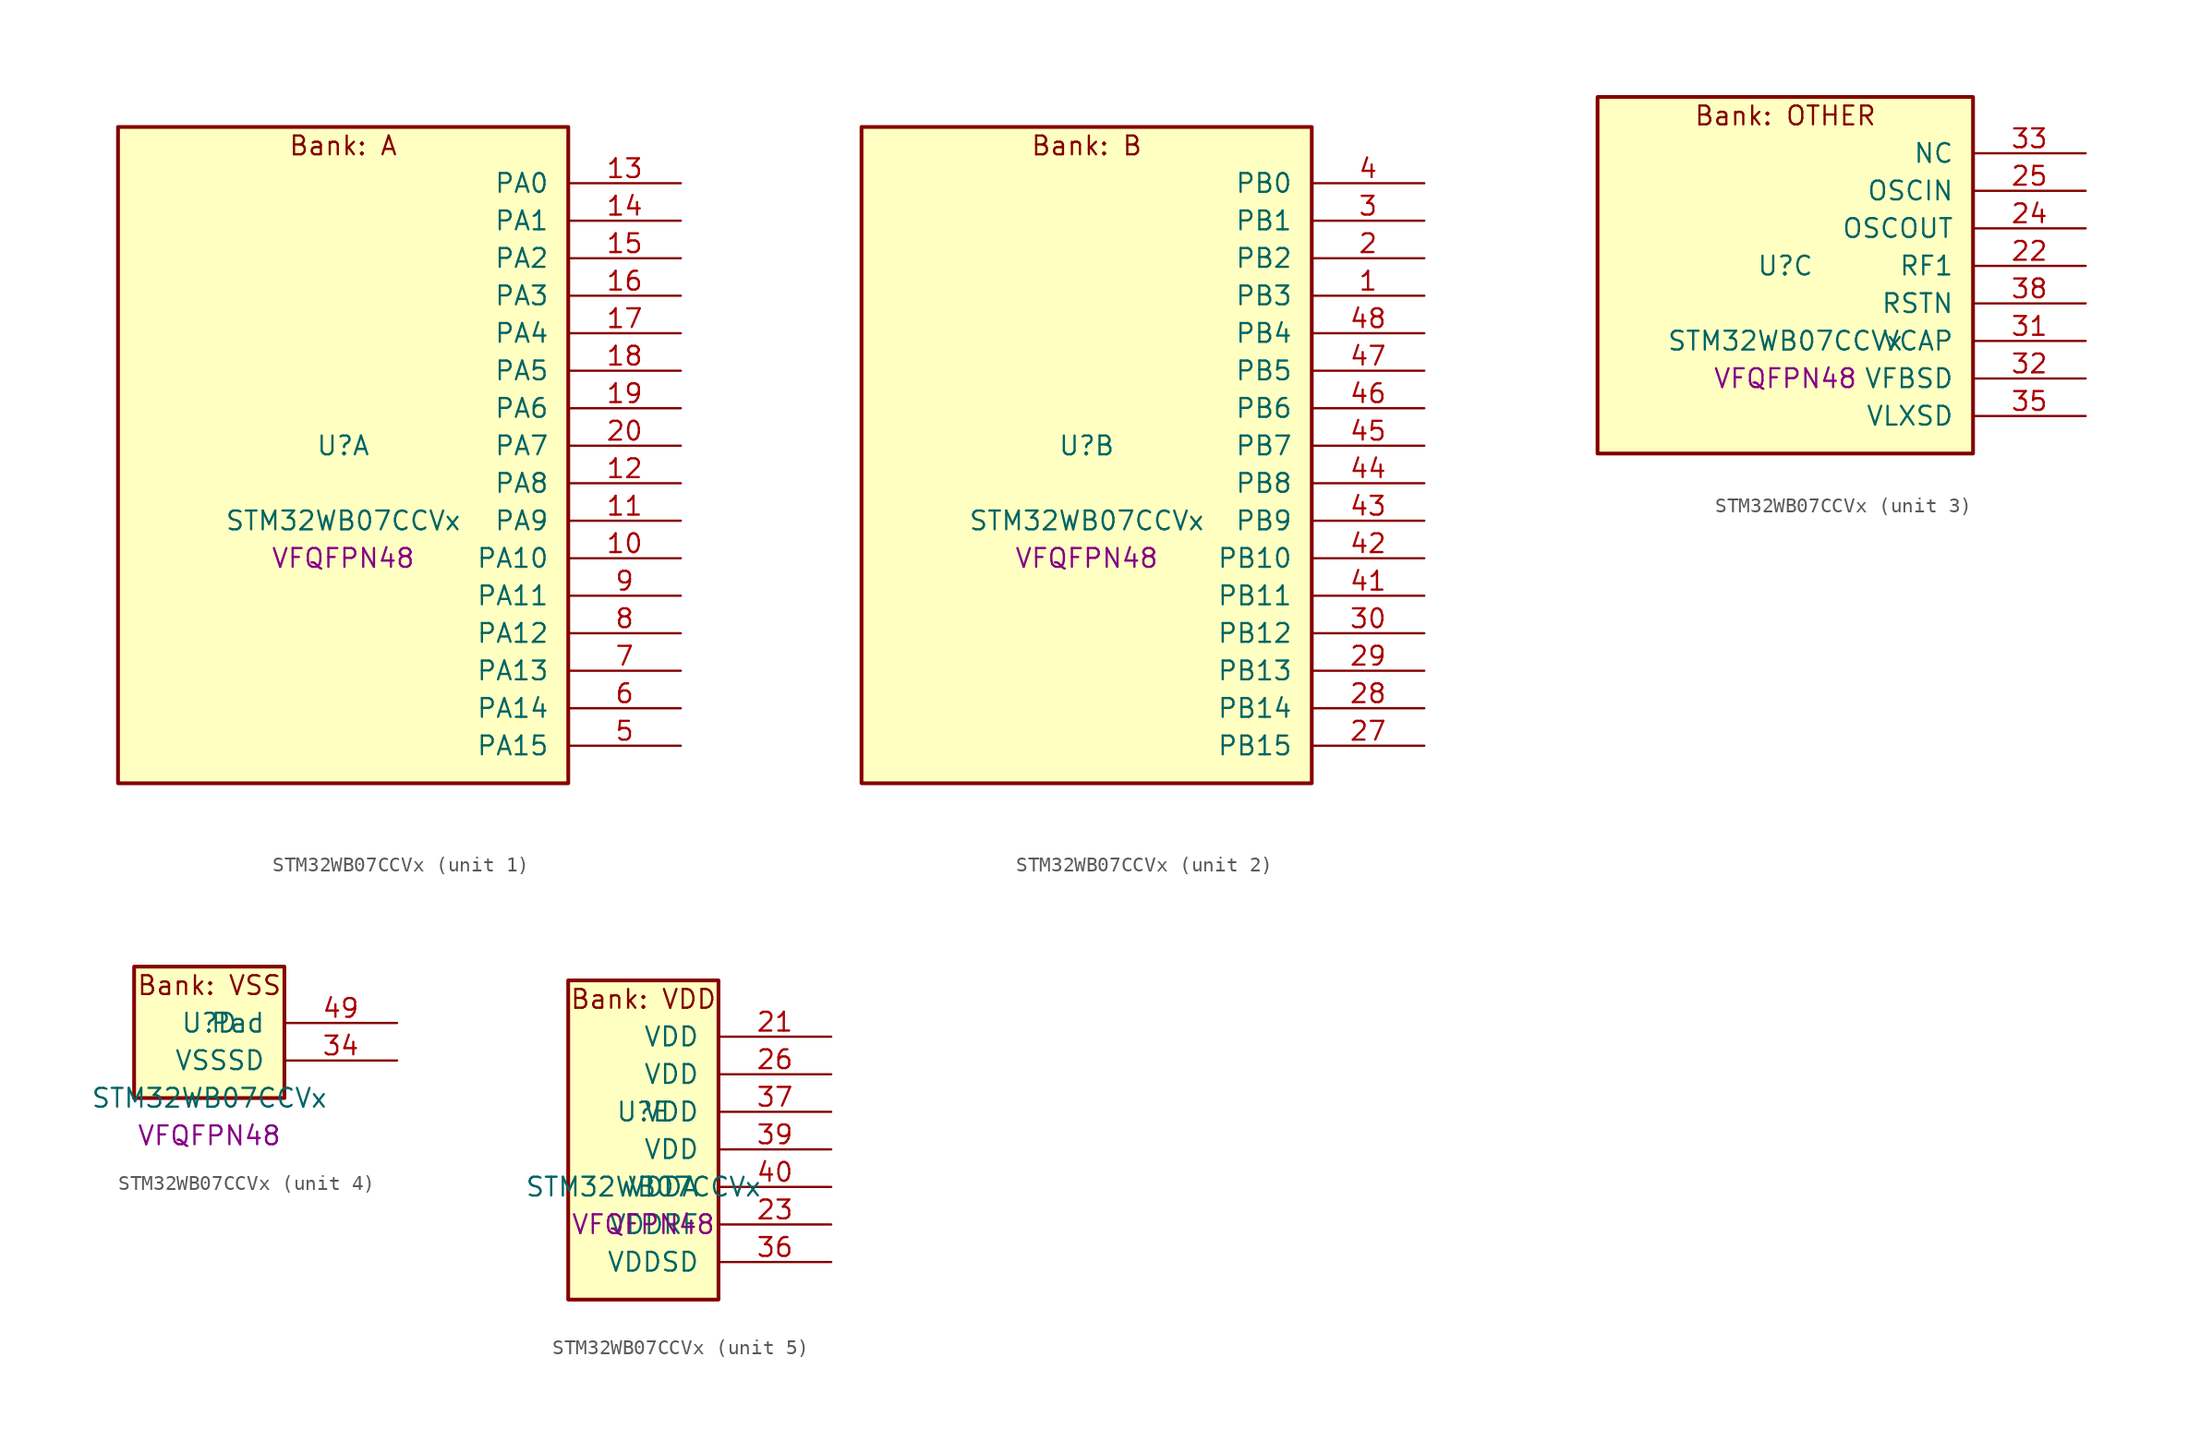
<source format=kicad_sym>
(kicad_symbol_lib
  (version 20241209)
  (generator "stm32_pkl_generator")
  (generator_version "1.0")
  (symbol "STM32WB07CCVx"
    (pin_names
      (offset 1.27))
    (property "Reference" "U"
      (at 0 2.54 0))
    (property "Value" "STM32WB07CCVx"
      (at 0 -2.54 0))
    (property "Footprint" "VFQFPN48"
      (at 0 -5.08 0))
    (symbol "STM32WB07CCVx_1_1"
      (rectangle (start -15.24 24.13) (end 15.24 -20.32) (stroke (width 0.254) (type solid)) (fill (type background)))
      (text "Bank: A" (at 0 22.86 0))
      (pin bidirectional line (at 22.86 20.32 180) (length 7.62) (name "PA0") (number "13") (alternate "PA0/I2C1_SCL" bidirectional line) (alternate "PA0/I2S2_MCK" bidirectional line) (alternate "PA0/PWR_WKUP12" bidirectional line) (alternate "PA0/TIM1_CH3" bidirectional line) (alternate "PA0/USART1_CTS" bidirectional line))
      (pin bidirectional line (at 22.86 17.78 180) (length 7.62) (name "PA1") (number "14") (alternate "PA1/I2C1_SDA" bidirectional line) (alternate "PA1/PWR_WKUP13" bidirectional line) (alternate "PA1/SPI2_MISO" bidirectional line) (alternate "PA1/TIM1_CH4" bidirectional line) (alternate "PA1/USART1_TX" bidirectional line))
      (pin bidirectional line (at 22.86 15.24 180) (length 7.62) (name "PA2") (number "15") (alternate "PA2/DEBUG_SWDIO" bidirectional line) (alternate "PA2/I2S3_MCK" bidirectional line) (alternate "PA2/PWR_WKUP14" bidirectional line) (alternate "PA2/USART1_CK" bidirectional line))
      (pin bidirectional line (at 22.86 12.7 180) (length 7.62) (name "PA3") (number "16") (alternate "PA3/DEBUG_SWCLK" bidirectional line) (alternate "PA3/I2S3_SCK" bidirectional line) (alternate "PA3/PWR_WKUP15" bidirectional line) (alternate "PA3/SPI3_SCK" bidirectional line) (alternate "PA3/TIM1_BKIN2" bidirectional line) (alternate "PA3/USART1_DE" bidirectional line) (alternate "PA3/USART1_RTS" bidirectional line))
      (pin bidirectional line (at 22.86 10.16 180) (length 7.62) (name "PA4") (number "17") (alternate "PA4/I2S2_WS" bidirectional line) (alternate "PA4/LPUART1_TX" bidirectional line) (alternate "PA4/PWR_WKUP16" bidirectional line) (alternate "PA4/RCC_LCO" bidirectional line) (alternate "PA4/SPI2_NSS" bidirectional line) (alternate "PA4/TIM1_CH1" bidirectional line))
      (pin bidirectional line (at 22.86 7.62 180) (length 7.62) (name "PA5") (number "18") (alternate "PA5/I2S2_SCK" bidirectional line) (alternate "PA5/LPUART1_RX" bidirectional line) (alternate "PA5/PWR_WKUP17" bidirectional line) (alternate "PA5/RCC_LCO" bidirectional line) (alternate "PA5/RCC_MCO" bidirectional line) (alternate "PA5/SPI2_SCK" bidirectional line) (alternate "PA5/TIM1_CH2" bidirectional line))
      (pin bidirectional line (at 22.86 5.08 180) (length 7.62) (name "PA6") (number "19") (alternate "PA6/I2S2_SD" bidirectional line) (alternate "PA6/I2S2_WS" bidirectional line) (alternate "PA6/LPUART1_CTS" bidirectional line) (alternate "PA6/PWR_WKUP18" bidirectional line) (alternate "PA6/SPI2_MOSI" bidirectional line) (alternate "PA6/SPI2_NSS" bidirectional line) (alternate "PA6/TIM1_CH1" bidirectional line))
      (pin bidirectional line (at 22.86 2.54 180) (length 7.62) (name "PA7") (number "20") (alternate "PA7/I2S2_SCK" bidirectional line) (alternate "PA7/LPUART1_DE" bidirectional line) (alternate "PA7/LPUART1_RTS" bidirectional line) (alternate "PA7/PWR_WKUP19" bidirectional line) (alternate "PA7/RTC_OUT" bidirectional line) (alternate "PA7/SPI2_MISO" bidirectional line) (alternate "PA7/SPI2_SCK" bidirectional line) (alternate "PA7/TIM1_CH2" bidirectional line))
      (pin bidirectional line (at 22.86 0 180) (length 7.62) (name "PA8") (number "12") (alternate "PA8/PWR_WKUP8" bidirectional line) (alternate "PA8/PWR_WKUP20" bidirectional line) (alternate "PA8/RADIO_RX_SEQUENCE" bidirectional line) (alternate "PA8/RTC_OUT" bidirectional line) (alternate "PA8/SPI1_MOSI" bidirectional line) (alternate "PA8/SPI3_MISO" bidirectional line) (alternate "PA8/TIM1_CH3" bidirectional line) (alternate "PA8/USART1_RX" bidirectional line))
      (pin bidirectional line (at 22.86 -2.54 180) (length 7.62) (name "PA9") (number "11") (alternate "PA9/I2S3_WS" bidirectional line) (alternate "PA9/PWR_WKUP9" bidirectional line) (alternate "PA9/PWR_WKUP21" bidirectional line) (alternate "PA9/RTC_OUT" bidirectional line) (alternate "PA9/SPI1_SCK" bidirectional line) (alternate "PA9/SPI3_NSS" bidirectional line) (alternate "PA9/TIM1_CH4" bidirectional line) (alternate "PA9/USART1_TX" bidirectional line))
      (pin bidirectional line (at 22.86 -5.08 180) (length 7.62) (name "PA10") (number "10") (alternate "PA10/I2S3_MCK" bidirectional line) (alternate "PA10/PWR_WKUP10" bidirectional line) (alternate "PA10/PWR_WKUP22" bidirectional line) (alternate "PA10/RADIO_TX_SEQUENCE" bidirectional line) (alternate "PA10/RCC_LCO" bidirectional line) (alternate "PA10/SPI1_MISO" bidirectional line))
      (pin bidirectional line (at 22.86 -7.62 180) (length 7.62) (name "PA11") (number "9") (alternate "PA11/I2S3_SD" bidirectional line) (alternate "PA11/PWR_WKUP11" bidirectional line) (alternate "PA11/PWR_WKUP23" bidirectional line) (alternate "PA11/RADIO_RX_SEQUENCE" bidirectional line) (alternate "PA11/RCC_MCO" bidirectional line) (alternate "PA11/RTC_OUT" bidirectional line) (alternate "PA11/SPI1_NSS" bidirectional line) (alternate "PA11/SPI3_MOSI" bidirectional line))
      (pin bidirectional line (at 22.86 -10.16 180) (length 7.62) (name "PA12") (number "8") (alternate "PA12/ADC1_VINM3" bidirectional line) (alternate "PA12/I2C1_SMBA" bidirectional line) (alternate "PA12/I2S2_SD" bidirectional line) (alternate "PA12/PWR_WKUP24" bidirectional line) (alternate "PA12/SPI1_NSS" bidirectional line) (alternate "PA12/SPI2_MOSI" bidirectional line) (alternate "PA12/TIM1_CH1" bidirectional line))
      (pin bidirectional line (at 22.86 -12.7 180) (length 7.62) (name "PA13") (number "7") (alternate "PA13/ADC1_VINP3" bidirectional line) (alternate "PA13/I2C2_SCL" bidirectional line) (alternate "PA13/PWR_WKUP25" bidirectional line) (alternate "PA13/SPI1_SCK" bidirectional line) (alternate "PA13/SPI2_MISO" bidirectional line) (alternate "PA13/TIM1_ETR" bidirectional line))
      (pin bidirectional line (at 22.86 -15.24 180) (length 7.62) (name "PA14") (number "6") (alternate "PA14/ADC1_VINM2" bidirectional line) (alternate "PA14/I2C2_SDA" bidirectional line) (alternate "PA14/PWR_WKUP26" bidirectional line) (alternate "PA14/SPI1_MISO" bidirectional line))
      (pin bidirectional line (at 22.86 -17.78 180) (length 7.62) (name "PA15") (number "5") (alternate "PA15/ADC1_VINP2" bidirectional line) (alternate "PA15/I2C2_SMBA" bidirectional line) (alternate "PA15/PWR_WKUP27" bidirectional line) (alternate "PA15/SPI1_MOSI" bidirectional line) (alternate "PA15/TIM1_BKIN2" bidirectional line)))
    (symbol "STM32WB07CCVx_2_1"
      (rectangle (start -15.24 24.13) (end 15.24 -20.32) (stroke (width 0.254) (type solid)) (fill (type background)))
      (text "Bank: B" (at 0 22.86 0))
      (pin bidirectional line (at 22.86 20.32 180) (length 7.62) (name "PB0") (number "4") (alternate "PB0/ADC1_VINM1" bidirectional line) (alternate "PB0/LPUART1_DE" bidirectional line) (alternate "PB0/LPUART1_RTS" bidirectional line) (alternate "PB0/PWR_WKUP0" bidirectional line) (alternate "PB0/TIM1_CH2N" bidirectional line) (alternate "PB0/USART1_RX" bidirectional line))
      (pin bidirectional line (at 22.86 17.78 180) (length 7.62) (name "PB1") (number "3") (alternate "PB1/ADC1_PDM_CLK" bidirectional line) (alternate "PB1/ADC1_VINP1" bidirectional line) (alternate "PB1/PWR_WKUP1" bidirectional line) (alternate "PB1/SPI1_NSS" bidirectional line) (alternate "PB1/TIM1_ETR" bidirectional line))
      (pin bidirectional line (at 22.86 15.24 180) (length 7.62) (name "PB2") (number "2") (alternate "PB2/ADC1_PDM_DATA" bidirectional line) (alternate "PB2/ADC1_PGA_CAP0" bidirectional line) (alternate "PB2/ADC1_VINM0" bidirectional line) (alternate "PB2/PWR_WKUP2" bidirectional line) (alternate "PB2/TIM1_CH3" bidirectional line) (alternate "PB2/USART1_DE" bidirectional line) (alternate "PB2/USART1_RTS" bidirectional line))
      (pin bidirectional line (at 22.86 12.7 180) (length 7.62) (name "PB3") (number "1") (alternate "PB3/ADC1_PGA_CAP1" bidirectional line) (alternate "PB3/ADC1_VINP0" bidirectional line) (alternate "PB3/LPUART1_TX" bidirectional line) (alternate "PB3/PWR_WKUP3" bidirectional line) (alternate "PB3/TIM1_CH4" bidirectional line) (alternate "PB3/USART1_CTS" bidirectional line))
      (pin bidirectional line (at 22.86 10.16 180) (length 7.62) (name "PB4") (number "48") (alternate "PB4/ADC1_PDM_DATA" bidirectional line) (alternate "PB4/ADC1_PGA_VIN" bidirectional line) (alternate "PB4/LPUART1_TX" bidirectional line) (alternate "PB4/PWR_WKUP4" bidirectional line) (alternate "PB4/SPI2_MISO" bidirectional line))
      (pin bidirectional line (at 22.86 7.62 180) (length 7.62) (name "PB5") (number "47") (alternate "PB5/ADC1_PDM_CLK" bidirectional line) (alternate "PB5/ADC1_PGA_VBIAS_MIC" bidirectional line) (alternate "PB5/I2S2_SD" bidirectional line) (alternate "PB5/LPUART1_RX" bidirectional line) (alternate "PB5/PWR_WKUP5" bidirectional line) (alternate "PB5/SPI2_MOSI" bidirectional line))
      (pin bidirectional line (at 22.86 5.08 180) (length 7.62) (name "PB6") (number "46") (alternate "PB6/I2C2_SCL" bidirectional line) (alternate "PB6/I2S2_WS" bidirectional line) (alternate "PB6/LPUART1_TX" bidirectional line) (alternate "PB6/PWR_WKUP6" bidirectional line) (alternate "PB6/SPI2_NSS" bidirectional line) (alternate "PB6/TIM1_CH1" bidirectional line))
      (pin bidirectional line (at 22.86 2.54 180) (length 7.62) (name "PB7") (number "45") (alternate "PB7/I2C2_SDA" bidirectional line) (alternate "PB7/I2S2_SCK" bidirectional line) (alternate "PB7/LPUART1_RX" bidirectional line) (alternate "PB7/PWR_WKUP7" bidirectional line) (alternate "PB7/SPI2_SCK" bidirectional line) (alternate "PB7/TIM1_CH2" bidirectional line))
      (pin bidirectional line (at 22.86 0 180) (length 7.62) (name "PB8") (number "44") (alternate "PB8/LPUART1_RX" bidirectional line) (alternate "PB8/PWR_WKUP20" bidirectional line) (alternate "PB8/TIM1_CH1N" bidirectional line) (alternate "PB8/TIM1_CH4" bidirectional line) (alternate "PB8/USART1_CK" bidirectional line))
      (pin bidirectional line (at 22.86 -2.54 180) (length 7.62) (name "PB9") (number "43") (alternate "PB9/I2S2_MCK" bidirectional line) (alternate "PB9/LPUART1_CTS" bidirectional line) (alternate "PB9/PWR_WKUP21" bidirectional line) (alternate "PB9/TIM1_CH1N" bidirectional line) (alternate "PB9/TIM1_CH2N" bidirectional line) (alternate "PB9/USART1_TX" bidirectional line))
      (pin bidirectional line (at 22.86 -5.08 180) (length 7.62) (name "PB10") (number "42") (alternate "PB10/I2C1_SDA" bidirectional line) (alternate "PB10/I2S2_SCK" bidirectional line) (alternate "PB10/PWR_WKUP22" bidirectional line) (alternate "PB10/SPI1_NSS" bidirectional line) (alternate "PB10/SPI2_SCK" bidirectional line) (alternate "PB10/TIM1_CH2" bidirectional line) (alternate "PB10/TIM1_CH3N" bidirectional line))
      (pin bidirectional line (at 22.86 -7.62 180) (length 7.62) (name "PB11") (number "41") (alternate "PB11/I2C1_SCL" bidirectional line) (alternate "PB11/I2S2_WS" bidirectional line) (alternate "PB11/PWR_WKUP23" bidirectional line) (alternate "PB11/SPI1_SCK" bidirectional line) (alternate "PB11/SPI2_NSS" bidirectional line) (alternate "PB11/TIM1_CH1" bidirectional line))
      (pin bidirectional line (at 22.86 -10.16 180) (length 7.62) (name "PB12") (number "30") (alternate "PB12/ADC1_PDM_DATA" bidirectional line) (alternate "PB12/RCC_LCO" bidirectional line) (alternate "PB12/RCC_OSC32_OUT" bidirectional line) (alternate "PB12/SPI1_SCK" bidirectional line) (alternate "PB12/TIM1_CH3" bidirectional line))
      (pin bidirectional line (at 22.86 -12.7 180) (length 7.62) (name "PB13") (number "29") (alternate "PB13/ADC1_PDM_CLK" bidirectional line) (alternate "PB13/I2C2_SCL" bidirectional line) (alternate "PB13/RCC_OSC32_IN" bidirectional line) (alternate "PB13/SPI1_MISO" bidirectional line) (alternate "PB13/TIM1_BKIN2" bidirectional line) (alternate "PB13/TIM1_CH4" bidirectional line))
      (pin bidirectional line (at 22.86 -15.24 180) (length 7.62) (name "PB14") (number "28") (alternate "PB14/I2C2_SDA" bidirectional line) (alternate "PB14/PWR_PVD_IN" bidirectional line) (alternate "PB14/SPI1_MOSI" bidirectional line) (alternate "PB14/TIM1_CH3N" bidirectional line) (alternate "PB14/TIM1_ETR" bidirectional line) (alternate "PB14/USART1_RX" bidirectional line))
      (pin bidirectional line (at 22.86 -17.78 180) (length 7.62) (name "PB15") (number "27") (alternate "PB15/I2C1_SMBA" bidirectional line) (alternate "PB15/RADIO_TX_SEQUENCE" bidirectional line) (alternate "PB15/RCC_MCO" bidirectional line) (alternate "PB15/USART1_TX" bidirectional line)))
    (symbol "STM32WB07CCVx_3_1"
      (rectangle (start -12.7 13.97) (end 12.7 -10.16) (stroke (width 0.254) (type solid)) (fill (type background)))
      (text "Bank: OTHER" (at 0 12.7 0))
      (pin bidirectional line (at 20.32 10.16 180) (length 7.62) (name "NC") (number "33"))
      (pin bidirectional line (at 20.32 7.62 180) (length 7.62) (name "OSCIN") (number "25") (alternate "OSCIN/RCC_OSC_IN" bidirectional line))
      (pin bidirectional line (at 20.32 5.08 180) (length 7.62) (name "OSCOUT") (number "24") (alternate "OSCOUT/RCC_OSC_OUT" bidirectional line))
      (pin bidirectional line (at 20.32 2.54 180) (length 7.62) (name "RF1") (number "22") (alternate "RF1/RADIO_RF1" bidirectional line))
      (pin power_in line (at 20.32 0 180) (length 7.62) (name "RSTN") (number "38"))
      (pin power_in line (at 20.32 -2.54 180) (length 7.62) (name "VCAP") (number "31"))
      (pin power_in line (at 20.32 -5.08 180) (length 7.62) (name "VFBSD") (number "32"))
      (pin power_in line (at 20.32 -7.62 180) (length 7.62) (name "VLXSD") (number "35")))
    (symbol "STM32WB07CCVx_4_1"
      (rectangle (start -5.08 6.35) (end 5.08 -2.54) (stroke (width 0.254) (type solid)) (fill (type background)))
      (text "Bank: VSS" (at 0 5.08 0))
      (pin passive line (at 12.7 2.54 180) (length 7.62) (name "Pad") (number "49"))
      (pin power_in line (at 12.7 0 180) (length 7.62) (name "VSSSD") (number "34")))
    (symbol "STM32WB07CCVx_5_1"
      (rectangle (start -5.08 11.43) (end 5.08 -10.16) (stroke (width 0.254) (type solid)) (fill (type background)))
      (text "Bank: VDD" (at 0 10.16 0))
      (pin power_in line (at 12.7 7.62 180) (length 7.62) (name "VDD") (number "21"))
      (pin power_in line (at 12.7 5.08 180) (length 7.62) (name "VDD") (number "26"))
      (pin power_in line (at 12.7 2.54 180) (length 7.62) (name "VDD") (number "37"))
      (pin power_in line (at 12.7 0 180) (length 7.62) (name "VDD") (number "39"))
      (pin power_in line (at 12.7 -2.54 180) (length 7.62) (name "VDDA") (number "40"))
      (pin power_in line (at 12.7 -5.08 180) (length 7.62) (name "VDDRF") (number "23"))
      (pin power_in line (at 12.7 -7.62 180) (length 7.62) (name "VDDSD") (number "36")))))
</source>
